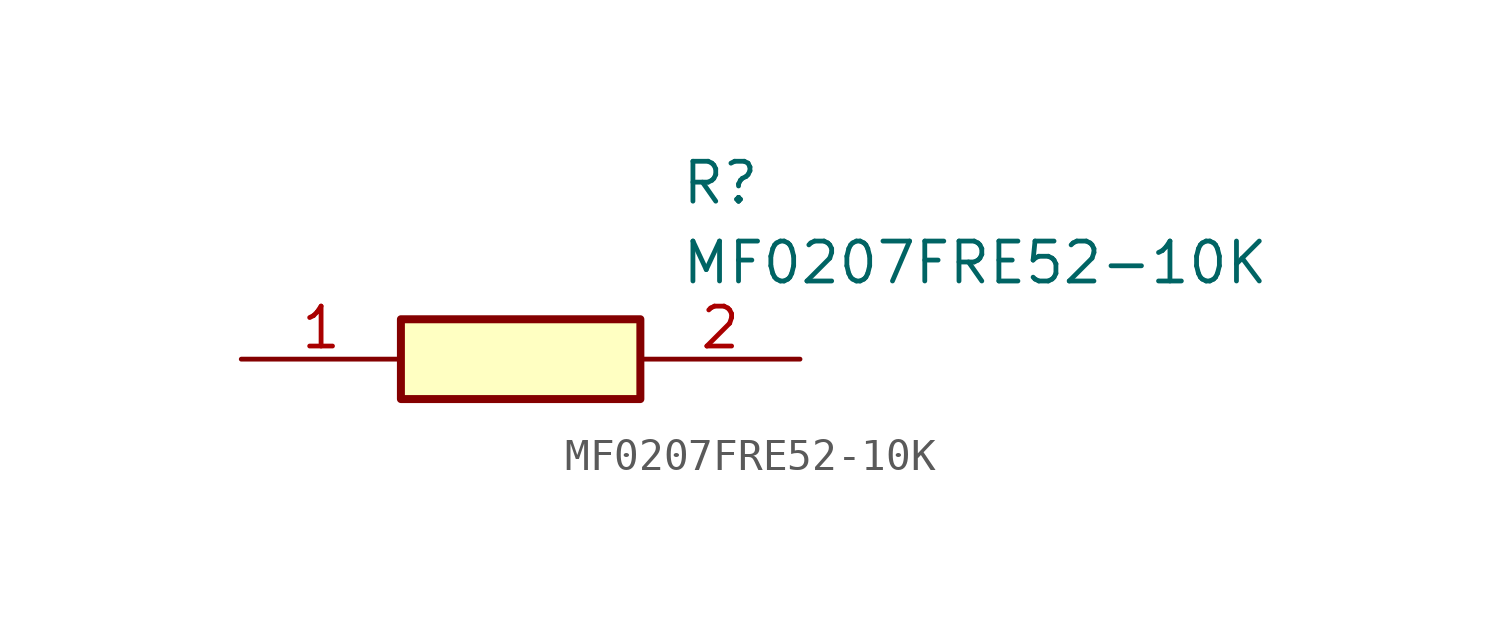
<source format=kicad_sym>
(kicad_symbol_lib
  (version 20211014)
  (generator SamacSys_ECAD_Model)
  (symbol "MF0207FRE52-10K"
    (pin_names hide)
    (property "Reference" "R"
      (at 13.97 6.35 0)
      (effects (font (size 1.27 1.27)) (justify left top)))
    (property "Value" "MF0207FRE52-10K"
      (at 13.97 3.81 0)
      (effects (font (size 1.27 1.27)) (justify left top)))
    (rectangle
      (start 5.08 1.27)
      (end 12.7 -1.27)
      (stroke (width 0.254) (type default))
      (fill (type background)))
    (pin passive line
      (at 0 0 0)
      (length 5.08)
      (name "1" (effects (font (size 1.27 1.27))))
      (number "1" (effects (font (size 1.27 1.27)))))
    (pin passive line
      (at 17.78 0 180)
      (length 5.08)
      (name "2" (effects (font (size 1.27 1.27))))
      (number "2" (effects (font (size 1.27 1.27)))))))
</source>
